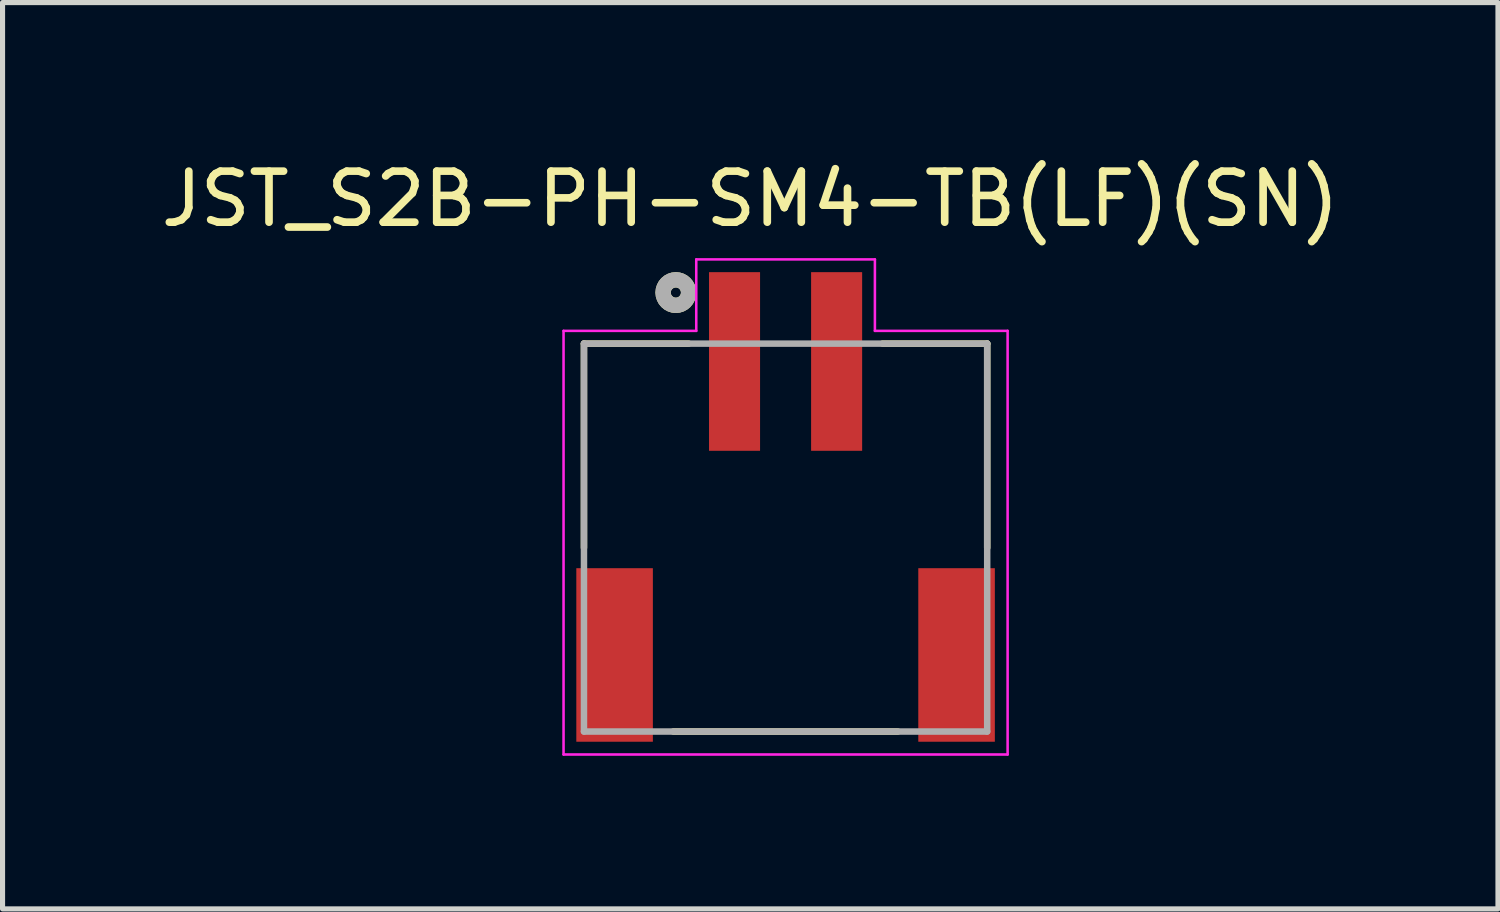
<source format=kicad_pcb>
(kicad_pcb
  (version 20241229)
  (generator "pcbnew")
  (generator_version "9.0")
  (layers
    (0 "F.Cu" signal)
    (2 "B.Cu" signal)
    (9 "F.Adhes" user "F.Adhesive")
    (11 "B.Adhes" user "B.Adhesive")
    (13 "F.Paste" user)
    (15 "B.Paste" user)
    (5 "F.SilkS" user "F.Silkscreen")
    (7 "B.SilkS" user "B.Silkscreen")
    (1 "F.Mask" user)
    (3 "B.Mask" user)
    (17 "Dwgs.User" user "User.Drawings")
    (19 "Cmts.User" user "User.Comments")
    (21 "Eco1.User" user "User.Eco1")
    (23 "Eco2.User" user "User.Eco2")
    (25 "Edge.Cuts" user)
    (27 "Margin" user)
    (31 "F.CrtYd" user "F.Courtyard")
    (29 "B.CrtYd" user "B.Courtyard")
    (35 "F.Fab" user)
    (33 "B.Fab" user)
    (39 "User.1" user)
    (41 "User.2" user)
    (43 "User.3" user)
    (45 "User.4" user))
  (footprint "JST_S2B-PH-SM4-TB(LF)(SN)"
    (layer "F.Cu")
    (at 12.341 4.032)
    (property "Reference" "JST_S2B-PH-SM4-TB(LF)(SN)" (at -0.692 -3.184 0) (layer "F.SilkS") (effects (font (size 1 1) (thickness 0.15))))
    (attr through_hole)
    (fp_line (start -3.95 -0.35) (end -3.95 3.65) (stroke (width 0.127) (type solid)) (layer "F.SilkS"))
    (fp_line (start -2.2 7.25) (end 2.2 7.25) (stroke (width 0.127) (type solid)) (layer "F.SilkS"))
    (fp_line (start -1.9 -0.35) (end -3.95 -0.35) (stroke (width 0.127) (type solid)) (layer "F.SilkS"))
    (fp_line (start 3.95 -0.35) (end 1.9 -0.35) (stroke (width 0.127) (type solid)) (layer "F.SilkS"))
    (fp_line (start 3.95 3.65) (end 3.95 -0.35) (stroke (width 0.127) (type solid)) (layer "F.SilkS"))
    (fp_circle (center -2.15 -1.35) (end -2.05 -1.35) (stroke (width 0.3) (type solid)) (fill no) (layer "F.SilkS"))
    (fp_line (start -4.35 -0.6) (end -1.75 -0.6) (stroke (width 0.05) (type solid)) (layer "F.CrtYd"))
    (fp_line (start -4.35 7.7) (end -4.35 -0.6) (stroke (width 0.05) (type solid)) (layer "F.CrtYd"))
    (fp_line (start -1.75 -2) (end 1.75 -2) (stroke (width 0.05) (type solid)) (layer "F.CrtYd"))
    (fp_line (start -1.75 -0.6) (end -1.75 -2) (stroke (width 0.05) (type solid)) (layer "F.CrtYd"))
    (fp_line (start 1.75 -2) (end 1.75 -0.6) (stroke (width 0.05) (type solid)) (layer "F.CrtYd"))
    (fp_line (start 1.75 -0.6) (end 4.35 -0.6) (stroke (width 0.05) (type solid)) (layer "F.CrtYd"))
    (fp_line (start 4.35 -0.6) (end 4.35 7.7) (stroke (width 0.05) (type solid)) (layer "F.CrtYd"))
    (fp_line (start 4.35 7.7) (end -4.35 7.7) (stroke (width 0.05) (type solid)) (layer "F.CrtYd"))
    (fp_line (start -3.95 -0.35) (end 3.95 -0.35) (stroke (width 0.127) (type solid)) (layer "F.Fab"))
    (fp_line (start -3.95 7.25) (end -3.95 -0.35) (stroke (width 0.127) (type solid)) (layer "F.Fab"))
    (fp_line (start 3.95 -0.35) (end 3.95 7.25) (stroke (width 0.127) (type solid)) (layer "F.Fab"))
    (fp_line (start 3.95 7.25) (end -3.95 7.25) (stroke (width 0.127) (type solid)) (layer "F.Fab"))
    (fp_circle (center -2.15 -1.35) (end -2.05 -1.35) (stroke (width 0.3) (type solid)) (fill no) (layer "F.Fab"))
    (pad "1" smd rect (at -1 0) (size 1 3.5) (layers "F.Cu" "F.Mask" "F.Paste"))
    (pad "2" smd rect (at 1 0) (size 1 3.5) (layers "F.Cu" "F.Mask" "F.Paste"))
    (pad "S1" smd rect (at -3.35 5.75) (size 1.5 3.4) (layers "F.Cu" "F.Mask" "F.Paste"))
    (pad "S2" smd rect (at 3.35 5.75) (size 1.5 3.4) (layers "F.Cu" "F.Mask" "F.Paste")))
  (gr_rect
    (start -3 -3)
    (end 26.298 14.757)
    (stroke (width 0.1) (type default))
    (fill no)
    (layer "Edge.Cuts")))
</source>
